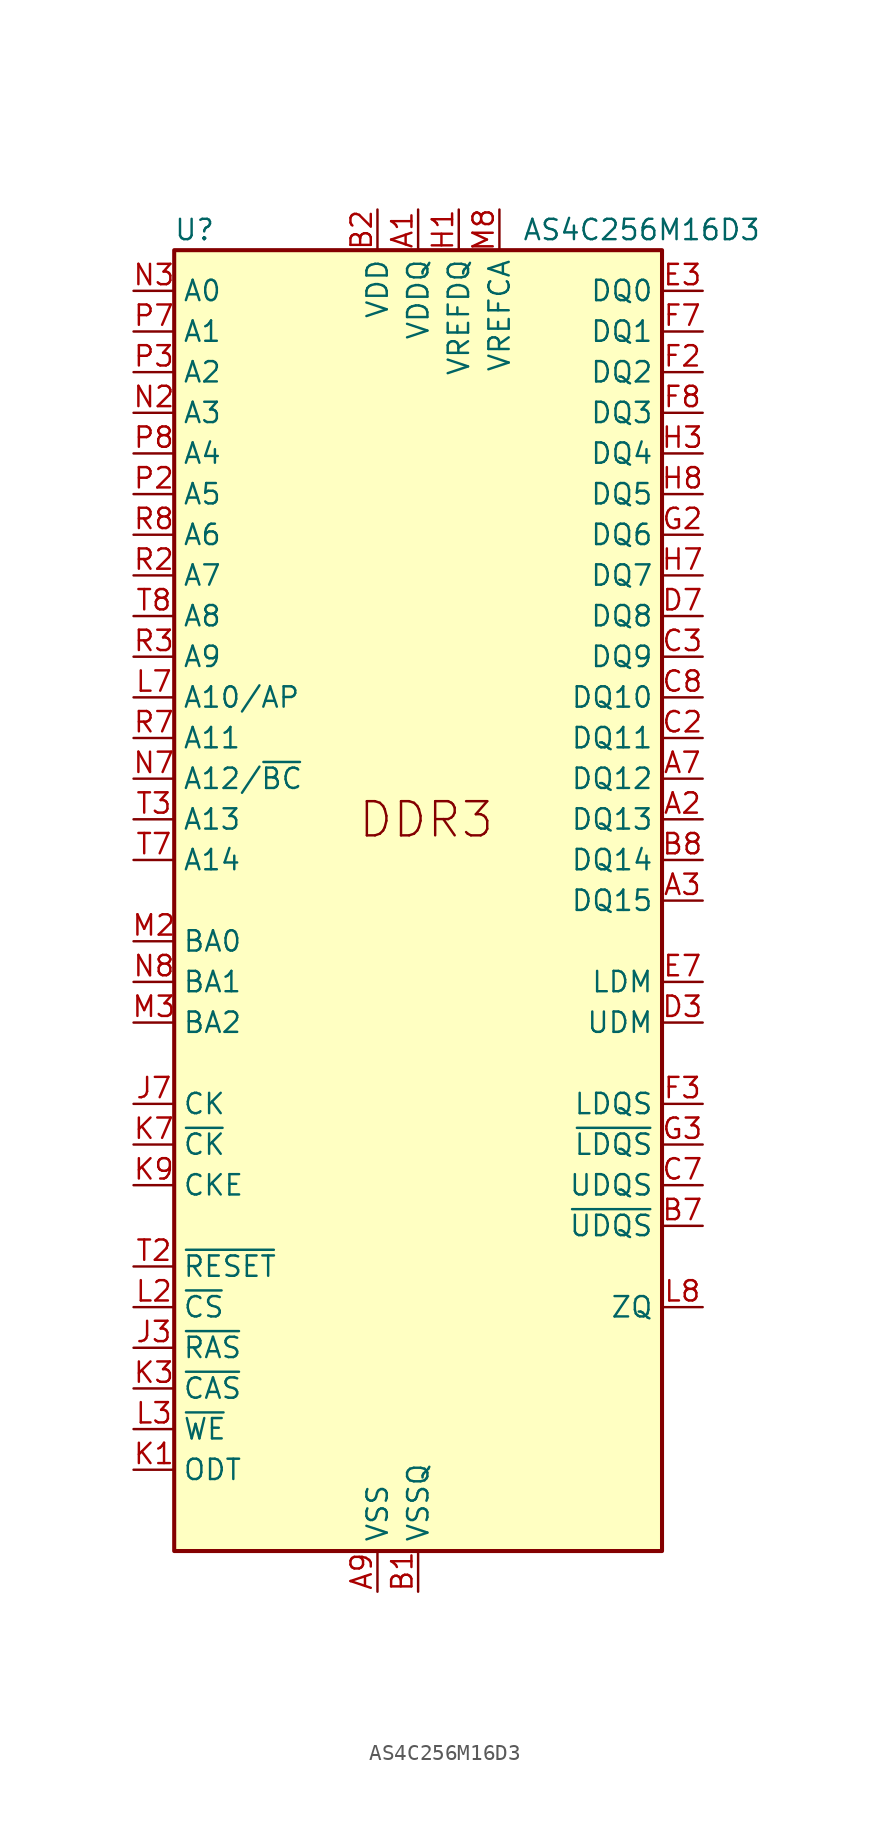
<source format=kicad_sym>
(kicad_symbol_lib
  (version 20231120)
  (generator "kicad_symbol_editor")
  (generator_version "8.0")
  (symbol "AS4C256M16D3"
    (property "Reference" "U"
      (at -13.97 41.91 0)
      (effects (font (size 1.27 1.27))))
    (property "Value" "AS4C256M16D3"
      (at 13.97 41.91 0)
      (effects (font (size 1.27 1.27))))
    (symbol "AS4C256M16D3_0_1"
      (rectangle (start -15.24 -40.64) (end 15.24 40.64) (stroke (width 0.254) (type default)) (fill (type background)))
      (pin power_in line (at 0 43.18 270) (length 2.54) (name "VDDQ" (effects (font (size 1.27 1.27)))) (number "A1" (effects (font (size 1.27 1.27)))))
      (pin passive line (at 0 43.18 270) (length 2.54) hide (name "VDDQ" (effects (font (size 1.27 1.27)))) (number "A8" (effects (font (size 1.27 1.27)))))
      (pin power_in line (at -2.54 -43.18 90) (length 2.54) (name "VSS" (effects (font (size 1.27 1.27)))) (number "A9" (effects (font (size 1.27 1.27)))))
      (pin power_in line (at 0 -43.18 90) (length 2.54) (name "VSSQ" (effects (font (size 1.27 1.27)))) (number "B1" (effects (font (size 1.27 1.27)))))
      (pin power_in line (at -2.54 43.18 270) (length 2.54) (name "VDD" (effects (font (size 1.27 1.27)))) (number "B2" (effects (font (size 1.27 1.27)))))
      (pin passive line (at -2.54 -43.18 90) (length 2.54) hide (name "VSS" (effects (font (size 1.27 1.27)))) (number "B3" (effects (font (size 1.27 1.27)))))
      (pin passive line (at 0 -43.18 90) (length 2.54) hide (name "VSSQ" (effects (font (size 1.27 1.27)))) (number "B9" (effects (font (size 1.27 1.27)))))
      (pin passive line (at 0 43.18 270) (length 2.54) hide (name "VDDQ" (effects (font (size 1.27 1.27)))) (number "C1" (effects (font (size 1.27 1.27)))))
      (pin passive line (at 0 43.18 270) (length 2.54) hide (name "VDDQ" (effects (font (size 1.27 1.27)))) (number "C9" (effects (font (size 1.27 1.27)))))
      (pin passive line (at 0 -43.18 90) (length 2.54) hide (name "VSSQ" (effects (font (size 1.27 1.27)))) (number "D1" (effects (font (size 1.27 1.27)))))
      (pin passive line (at 0 43.18 270) (length 2.54) hide (name "VDDQ" (effects (font (size 1.27 1.27)))) (number "D2" (effects (font (size 1.27 1.27)))))
      (pin passive line (at 0 -43.18 90) (length 2.54) hide (name "VSSQ" (effects (font (size 1.27 1.27)))) (number "D8" (effects (font (size 1.27 1.27)))))
      (pin passive line (at -2.54 43.18 270) (length 2.54) hide (name "VDD" (effects (font (size 1.27 1.27)))) (number "D9" (effects (font (size 1.27 1.27)))))
      (pin passive line (at -2.54 -43.18 90) (length 2.54) hide (name "VSS" (effects (font (size 1.27 1.27)))) (number "E1" (effects (font (size 1.27 1.27)))))
      (pin passive line (at 0 -43.18 90) (length 2.54) hide (name "VSSQ" (effects (font (size 1.27 1.27)))) (number "E2" (effects (font (size 1.27 1.27)))))
      (pin bidirectional line (at 17.78 38.1 180) (length 2.54) (name "DQ0" (effects (font (size 1.27 1.27)))) (number "E3" (effects (font (size 1.27 1.27)))))
      (pin passive line (at 0 -43.18 90) (length 2.54) hide (name "VSSQ" (effects (font (size 1.27 1.27)))) (number "E8" (effects (font (size 1.27 1.27)))))
      (pin passive line (at 0 43.18 270) (length 2.54) hide (name "VDDQ" (effects (font (size 1.27 1.27)))) (number "E9" (effects (font (size 1.27 1.27)))))
      (pin passive line (at 0 43.18 270) (length 2.54) hide (name "VDDQ" (effects (font (size 1.27 1.27)))) (number "F1" (effects (font (size 1.27 1.27)))))
      (pin bidirectional line (at 17.78 33.02 180) (length 2.54) (name "DQ2" (effects (font (size 1.27 1.27)))) (number "F2" (effects (font (size 1.27 1.27)))))
      (pin bidirectional line (at 17.78 35.56 180) (length 2.54) (name "DQ1" (effects (font (size 1.27 1.27)))) (number "F7" (effects (font (size 1.27 1.27)))))
      (pin bidirectional line (at 17.78 30.48 180) (length 2.54) (name "DQ3" (effects (font (size 1.27 1.27)))) (number "F8" (effects (font (size 1.27 1.27)))))
      (pin passive line (at 0 -43.18 90) (length 2.54) hide (name "VSSQ" (effects (font (size 1.27 1.27)))) (number "F9" (effects (font (size 1.27 1.27)))))
      (pin passive line (at 0 -43.18 90) (length 2.54) hide (name "VSSQ" (effects (font (size 1.27 1.27)))) (number "G1" (effects (font (size 1.27 1.27)))))
      (pin bidirectional line (at 17.78 22.86 180) (length 2.54) (name "DQ6" (effects (font (size 1.27 1.27)))) (number "G2" (effects (font (size 1.27 1.27)))))
      (pin passive line (at -2.54 43.18 270) (length 2.54) hide (name "VDD" (effects (font (size 1.27 1.27)))) (number "G7" (effects (font (size 1.27 1.27)))))
      (pin passive line (at -2.54 -43.18 90) (length 2.54) hide (name "VSS" (effects (font (size 1.27 1.27)))) (number "G8" (effects (font (size 1.27 1.27)))))
      (pin passive line (at 0 -43.18 90) (length 2.54) hide (name "VSSQ" (effects (font (size 1.27 1.27)))) (number "G9" (effects (font (size 1.27 1.27)))))
      (pin power_in line (at 2.54 43.18 270) (length 2.54) (name "VREFDQ" (effects (font (size 1.27 1.27)))) (number "H1" (effects (font (size 1.27 1.27)))))
      (pin passive line (at 0 43.18 270) (length 2.54) hide (name "VDDQ" (effects (font (size 1.27 1.27)))) (number "H2" (effects (font (size 1.27 1.27)))))
      (pin bidirectional line (at 17.78 27.94 180) (length 2.54) (name "DQ4" (effects (font (size 1.27 1.27)))) (number "H3" (effects (font (size 1.27 1.27)))))
      (pin bidirectional line (at 17.78 20.32 180) (length 2.54) (name "DQ7" (effects (font (size 1.27 1.27)))) (number "H7" (effects (font (size 1.27 1.27)))))
      (pin bidirectional line (at 17.78 25.4 180) (length 2.54) (name "DQ5" (effects (font (size 1.27 1.27)))) (number "H8" (effects (font (size 1.27 1.27)))))
      (pin passive line (at 0 43.18 270) (length 2.54) hide (name "VDDQ" (effects (font (size 1.27 1.27)))) (number "H9" (effects (font (size 1.27 1.27)))))
      (pin passive line (at -2.54 -43.18 90) (length 2.54) hide (name "VSS" (effects (font (size 1.27 1.27)))) (number "J2" (effects (font (size 1.27 1.27)))))
      (pin passive line (at -2.54 -43.18 90) (length 2.54) hide (name "VSS" (effects (font (size 1.27 1.27)))) (number "J8" (effects (font (size 1.27 1.27)))))
      (pin passive line (at -2.54 43.18 270) (length 2.54) hide (name "VDD" (effects (font (size 1.27 1.27)))) (number "K2" (effects (font (size 1.27 1.27)))))
      (pin passive line (at -2.54 43.18 270) (length 2.54) hide (name "VDD" (effects (font (size 1.27 1.27)))) (number "K8" (effects (font (size 1.27 1.27)))))
      (pin input line (at -17.78 -25.4 0) (length 2.54) (name "~{CS}" (effects (font (size 1.27 1.27)))) (number "L2" (effects (font (size 1.27 1.27)))))
      (pin input line (at -17.78 12.7 0) (length 2.54) (name "A10/AP" (effects (font (size 1.27 1.27)))) (number "L7" (effects (font (size 1.27 1.27)))))
      (pin passive line (at -2.54 -43.18 90) (length 2.54) hide (name "VSS" (effects (font (size 1.27 1.27)))) (number "M1" (effects (font (size 1.27 1.27)))))
      (pin passive line (at -2.54 -43.18 90) (length 2.54) hide (name "VSS" (effects (font (size 1.27 1.27)))) (number "M9" (effects (font (size 1.27 1.27)))))
      (pin passive line (at -2.54 43.18 270) (length 2.54) hide (name "VDD" (effects (font (size 1.27 1.27)))) (number "N1" (effects (font (size 1.27 1.27)))))
      (pin input line (at -17.78 30.48 0) (length 2.54) (name "A3" (effects (font (size 1.27 1.27)))) (number "N2" (effects (font (size 1.27 1.27)))))
      (pin input line (at -17.78 38.1 0) (length 2.54) (name "A0" (effects (font (size 1.27 1.27)))) (number "N3" (effects (font (size 1.27 1.27)))))
      (pin input line (at -17.78 7.62 0) (length 2.54) (name "A12/~{BC}" (effects (font (size 1.27 1.27)))) (number "N7" (effects (font (size 1.27 1.27)))))
      (pin passive line (at -2.54 43.18 270) (length 2.54) hide (name "VDD" (effects (font (size 1.27 1.27)))) (number "N9" (effects (font (size 1.27 1.27)))))
      (pin passive line (at -2.54 -43.18 90) (length 2.54) hide (name "VSS" (effects (font (size 1.27 1.27)))) (number "P1" (effects (font (size 1.27 1.27)))))
      (pin input line (at -17.78 25.4 0) (length 2.54) (name "A5" (effects (font (size 1.27 1.27)))) (number "P2" (effects (font (size 1.27 1.27)))))
      (pin input line (at -17.78 33.02 0) (length 2.54) (name "A2" (effects (font (size 1.27 1.27)))) (number "P3" (effects (font (size 1.27 1.27)))))
      (pin input line (at -17.78 35.56 0) (length 2.54) (name "A1" (effects (font (size 1.27 1.27)))) (number "P7" (effects (font (size 1.27 1.27)))))
      (pin input line (at -17.78 27.94 0) (length 2.54) (name "A4" (effects (font (size 1.27 1.27)))) (number "P8" (effects (font (size 1.27 1.27)))))
      (pin passive line (at -2.54 -43.18 90) (length 2.54) hide (name "VSS" (effects (font (size 1.27 1.27)))) (number "P9" (effects (font (size 1.27 1.27)))))
      (pin passive line (at -2.54 43.18 270) (length 2.54) hide (name "VDD" (effects (font (size 1.27 1.27)))) (number "R1" (effects (font (size 1.27 1.27)))))
      (pin input line (at -17.78 20.32 0) (length 2.54) (name "A7" (effects (font (size 1.27 1.27)))) (number "R2" (effects (font (size 1.27 1.27)))))
      (pin input line (at -17.78 15.24 0) (length 2.54) (name "A9" (effects (font (size 1.27 1.27)))) (number "R3" (effects (font (size 1.27 1.27)))))
      (pin input line (at -17.78 10.16 0) (length 2.54) (name "A11" (effects (font (size 1.27 1.27)))) (number "R7" (effects (font (size 1.27 1.27)))))
      (pin input line (at -17.78 22.86 0) (length 2.54) (name "A6" (effects (font (size 1.27 1.27)))) (number "R8" (effects (font (size 1.27 1.27)))))
      (pin passive line (at -2.54 43.18 270) (length 2.54) hide (name "VDD" (effects (font (size 1.27 1.27)))) (number "R9" (effects (font (size 1.27 1.27)))))
      (pin passive line (at -2.54 -43.18 90) (length 2.54) hide (name "VSS" (effects (font (size 1.27 1.27)))) (number "T1" (effects (font (size 1.27 1.27)))))
      (pin input line (at -17.78 -22.86 0) (length 2.54) (name "~{RESET}" (effects (font (size 1.27 1.27)))) (number "T2" (effects (font (size 1.27 1.27)))))
      (pin input line (at -17.78 5.08 0) (length 2.54) (name "A13" (effects (font (size 1.27 1.27)))) (number "T3" (effects (font (size 1.27 1.27)))))
      (pin input line (at -17.78 2.54 0) (length 2.54) (name "A14" (effects (font (size 1.27 1.27)))) (number "T7" (effects (font (size 1.27 1.27)))))
      (pin input line (at -17.78 17.78 0) (length 2.54) (name "A8" (effects (font (size 1.27 1.27)))) (number "T8" (effects (font (size 1.27 1.27)))))
      (pin passive line (at -2.54 -43.18 90) (length 2.54) hide (name "VSS" (effects (font (size 1.27 1.27)))) (number "T9" (effects (font (size 1.27 1.27))))))
    (symbol "AS4C256M16D3_1_1"
      (text "DDR3" (at -3.81 3.81 0) (effects (font (size 2.134 2.134)) (justify left bottom)))
      (pin bidirectional line (at 17.78 5.08 180) (length 2.54) (name "DQ13" (effects (font (size 1.27 1.27)))) (number "A2" (effects (font (size 1.27 1.27)))))
      (pin bidirectional line (at 17.78 0 180) (length 2.54) (name "DQ15" (effects (font (size 1.27 1.27)))) (number "A3" (effects (font (size 1.27 1.27)))))
      (pin bidirectional line (at 17.78 7.62 180) (length 2.54) (name "DQ12" (effects (font (size 1.27 1.27)))) (number "A7" (effects (font (size 1.27 1.27)))))
      (pin bidirectional line (at 17.78 -20.32 180) (length 2.54) (name "~{UDQS}" (effects (font (size 1.27 1.27)))) (number "B7" (effects (font (size 1.27 1.27)))))
      (pin bidirectional line (at 17.78 2.54 180) (length 2.54) (name "DQ14" (effects (font (size 1.27 1.27)))) (number "B8" (effects (font (size 1.27 1.27)))))
      (pin bidirectional line (at 17.78 10.16 180) (length 2.54) (name "DQ11" (effects (font (size 1.27 1.27)))) (number "C2" (effects (font (size 1.27 1.27)))))
      (pin bidirectional line (at 17.78 15.24 180) (length 2.54) (name "DQ9" (effects (font (size 1.27 1.27)))) (number "C3" (effects (font (size 1.27 1.27)))))
      (pin bidirectional line (at 17.78 -17.78 180) (length 2.54) (name "UDQS" (effects (font (size 1.27 1.27)))) (number "C7" (effects (font (size 1.27 1.27)))))
      (pin bidirectional line (at 17.78 12.7 180) (length 2.54) (name "DQ10" (effects (font (size 1.27 1.27)))) (number "C8" (effects (font (size 1.27 1.27)))))
      (pin input line (at 17.78 -7.62 180) (length 2.54) (name "UDM" (effects (font (size 1.27 1.27)))) (number "D3" (effects (font (size 1.27 1.27)))))
      (pin bidirectional line (at 17.78 17.78 180) (length 2.54) (name "DQ8" (effects (font (size 1.27 1.27)))) (number "D7" (effects (font (size 1.27 1.27)))))
      (pin input line (at 17.78 -5.08 180) (length 2.54) (name "LDM" (effects (font (size 1.27 1.27)))) (number "E7" (effects (font (size 1.27 1.27)))))
      (pin bidirectional line (at 17.78 -12.7 180) (length 2.54) (name "LDQS" (effects (font (size 1.27 1.27)))) (number "F3" (effects (font (size 1.27 1.27)))))
      (pin bidirectional line (at 17.78 -15.24 180) (length 2.54) (name "~{LDQS}" (effects (font (size 1.27 1.27)))) (number "G3" (effects (font (size 1.27 1.27)))))
      (pin no_connect line (at 15.24 -27.94 180) (length 2.54) hide (name "NC" (effects (font (size 1.27 1.27)))) (number "J1" (effects (font (size 1.27 1.27)))))
      (pin input line (at -17.78 -27.94 0) (length 2.54) (name "~{RAS}" (effects (font (size 1.27 1.27)))) (number "J3" (effects (font (size 1.27 1.27)))))
      (pin input line (at -17.78 -12.7 0) (length 2.54) (name "CK" (effects (font (size 1.27 1.27)))) (number "J7" (effects (font (size 1.27 1.27)))))
      (pin no_connect line (at 15.24 -30.48 180) (length 2.54) hide (name "NC" (effects (font (size 1.27 1.27)))) (number "J9" (effects (font (size 1.27 1.27)))))
      (pin input line (at -17.78 -35.56 0) (length 2.54) (name "ODT" (effects (font (size 1.27 1.27)))) (number "K1" (effects (font (size 1.27 1.27)))))
      (pin input line (at -17.78 -30.48 0) (length 2.54) (name "~{CAS}" (effects (font (size 1.27 1.27)))) (number "K3" (effects (font (size 1.27 1.27)))))
      (pin input line (at -17.78 -15.24 0) (length 2.54) (name "~{CK}" (effects (font (size 1.27 1.27)))) (number "K7" (effects (font (size 1.27 1.27)))))
      (pin input line (at -17.78 -17.78 0) (length 2.54) (name "CKE" (effects (font (size 1.27 1.27)))) (number "K9" (effects (font (size 1.27 1.27)))))
      (pin no_connect line (at 15.24 -33.02 180) (length 2.54) hide (name "NC" (effects (font (size 1.27 1.27)))) (number "L1" (effects (font (size 1.27 1.27)))))
      (pin input line (at -17.78 -33.02 0) (length 2.54) (name "~{WE}" (effects (font (size 1.27 1.27)))) (number "L3" (effects (font (size 1.27 1.27)))))
      (pin input line (at 17.78 -25.4 180) (length 2.54) (name "ZQ" (effects (font (size 1.27 1.27)))) (number "L8" (effects (font (size 1.27 1.27)))))
      (pin no_connect line (at 15.24 -35.56 180) (length 2.54) hide (name "NC" (effects (font (size 1.27 1.27)))) (number "L9" (effects (font (size 1.27 1.27)))))
      (pin input line (at -17.78 -2.54 0) (length 2.54) (name "BA0" (effects (font (size 1.27 1.27)))) (number "M2" (effects (font (size 1.27 1.27)))))
      (pin input line (at -17.78 -7.62 0) (length 2.54) (name "BA2" (effects (font (size 1.27 1.27)))) (number "M3" (effects (font (size 1.27 1.27)))))
      (pin no_connect line (at 15.24 -38.1 180) (length 2.54) hide (name "NC" (effects (font (size 1.27 1.27)))) (number "M7" (effects (font (size 1.27 1.27)))))
      (pin power_in line (at 5.08 43.18 270) (length 2.54) (name "VREFCA" (effects (font (size 1.27 1.27)))) (number "M8" (effects (font (size 1.27 1.27)))))
      (pin input line (at -17.78 -5.08 0) (length 2.54) (name "BA1" (effects (font (size 1.27 1.27)))) (number "N8" (effects (font (size 1.27 1.27))))))))
</source>
